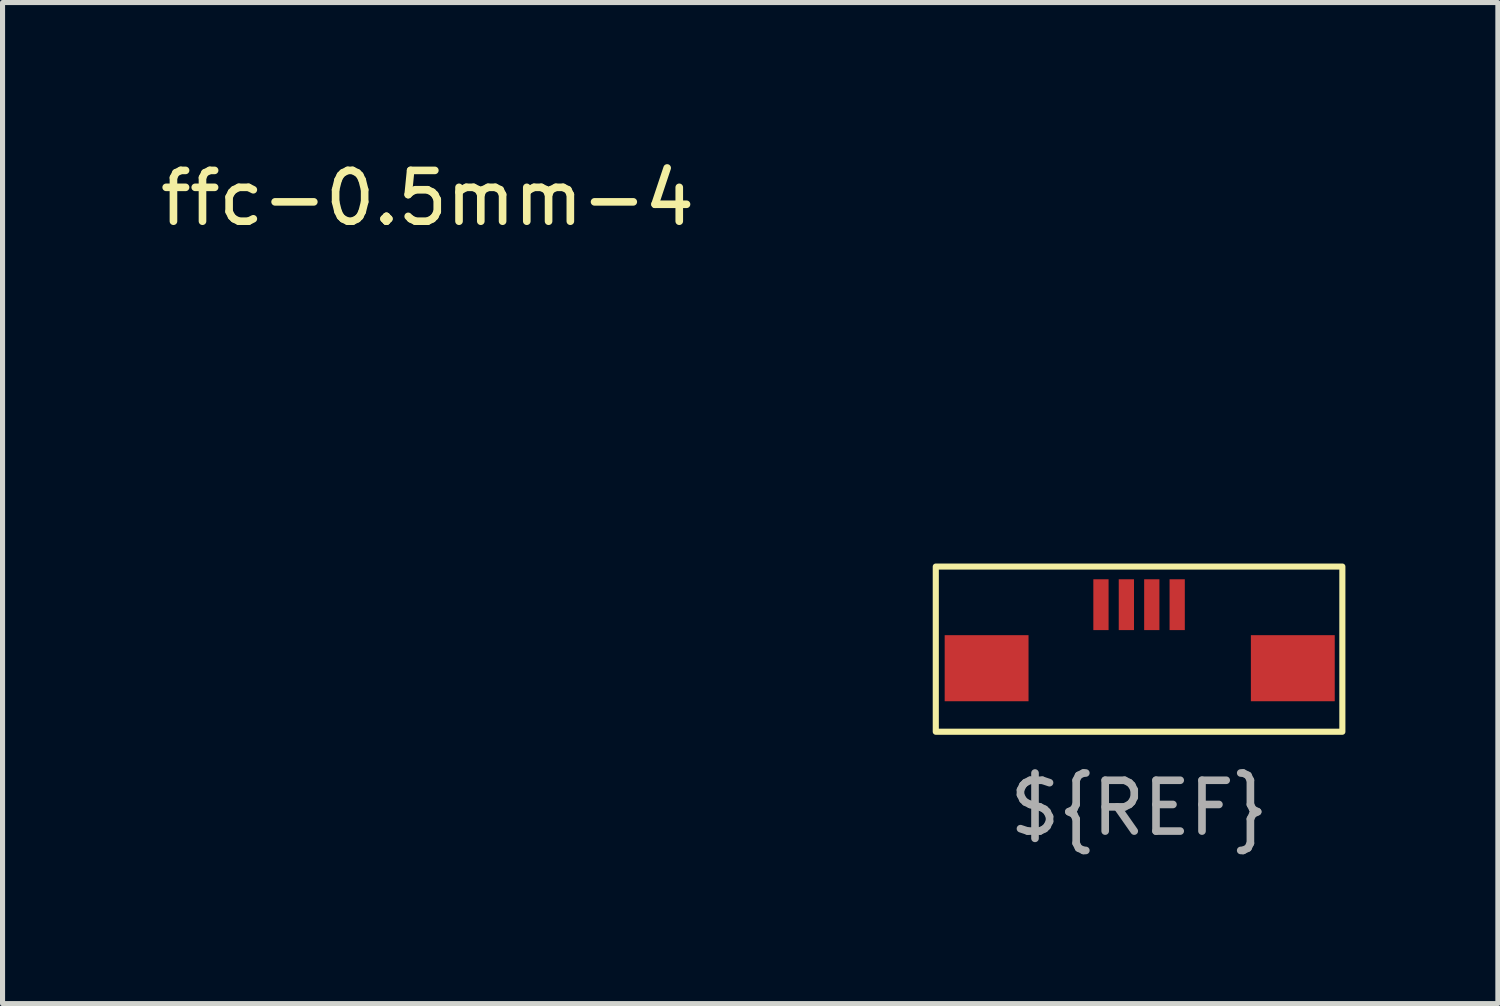
<source format=kicad_pcb>
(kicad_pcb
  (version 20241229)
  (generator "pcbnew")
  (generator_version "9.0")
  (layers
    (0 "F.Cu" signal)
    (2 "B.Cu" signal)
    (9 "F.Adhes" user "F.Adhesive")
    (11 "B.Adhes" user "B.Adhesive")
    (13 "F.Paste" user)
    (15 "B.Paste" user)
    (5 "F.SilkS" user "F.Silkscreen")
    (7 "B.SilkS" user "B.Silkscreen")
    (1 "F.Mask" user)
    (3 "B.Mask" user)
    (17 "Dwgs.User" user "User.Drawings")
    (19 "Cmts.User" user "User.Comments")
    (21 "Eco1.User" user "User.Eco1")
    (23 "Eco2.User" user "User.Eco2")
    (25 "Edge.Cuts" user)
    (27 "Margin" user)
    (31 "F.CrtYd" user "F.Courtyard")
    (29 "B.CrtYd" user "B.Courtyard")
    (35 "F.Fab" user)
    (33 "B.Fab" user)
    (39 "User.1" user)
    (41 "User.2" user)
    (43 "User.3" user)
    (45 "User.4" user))
  (footprint "ffc-0.5mm-4"
    (layer "F.Cu")
    (at 19.363 8.848)
    (property "Reference" "ffc-0.5mm-4" (at -14 -8 0) (unlocked yes) (layer "F.SilkS") (effects (font (size 1 1) (thickness 0.15))))
    (attr through_hole)
    (fp_rect (start -4 -0.75) (end 4 2.5) (stroke (width 0.12) (type solid)) (fill no) (layer "F.SilkS"))
    (fp_text user "${REF}" (at 0 4 0) (unlocked yes) (layer "F.Fab") (effects (font (size 1 1) (thickness 0.15))))
    (pad "" smd rect (at -3 1.25) (size 1.65 1.3) (layers "F.Cu" "F.Mask" "F.Paste"))
    (pad "" smd rect (at 3.025 1.25) (size 1.65 1.3) (layers "F.Cu" "F.Mask" "F.Paste"))
    (pad "1" smd rect (at -0.75 0) (size 0.3 1) (layers "F.Cu" "F.Mask" "F.Paste"))
    (pad "2" smd rect (at -0.25 0) (size 0.3 1) (layers "F.Cu" "F.Mask" "F.Paste"))
    (pad "3" smd rect (at 0.25 0) (size 0.3 1) (layers "F.Cu" "F.Mask" "F.Paste"))
    (pad "4" smd rect (at 0.75 0) (size 0.3 1) (layers "F.Cu" "F.Mask" "F.Paste")))
  (gr_rect
    (start -3 -3)
    (end 26.423 16.697)
    (stroke (width 0.1) (type default))
    (fill no)
    (layer "Edge.Cuts")))
</source>
